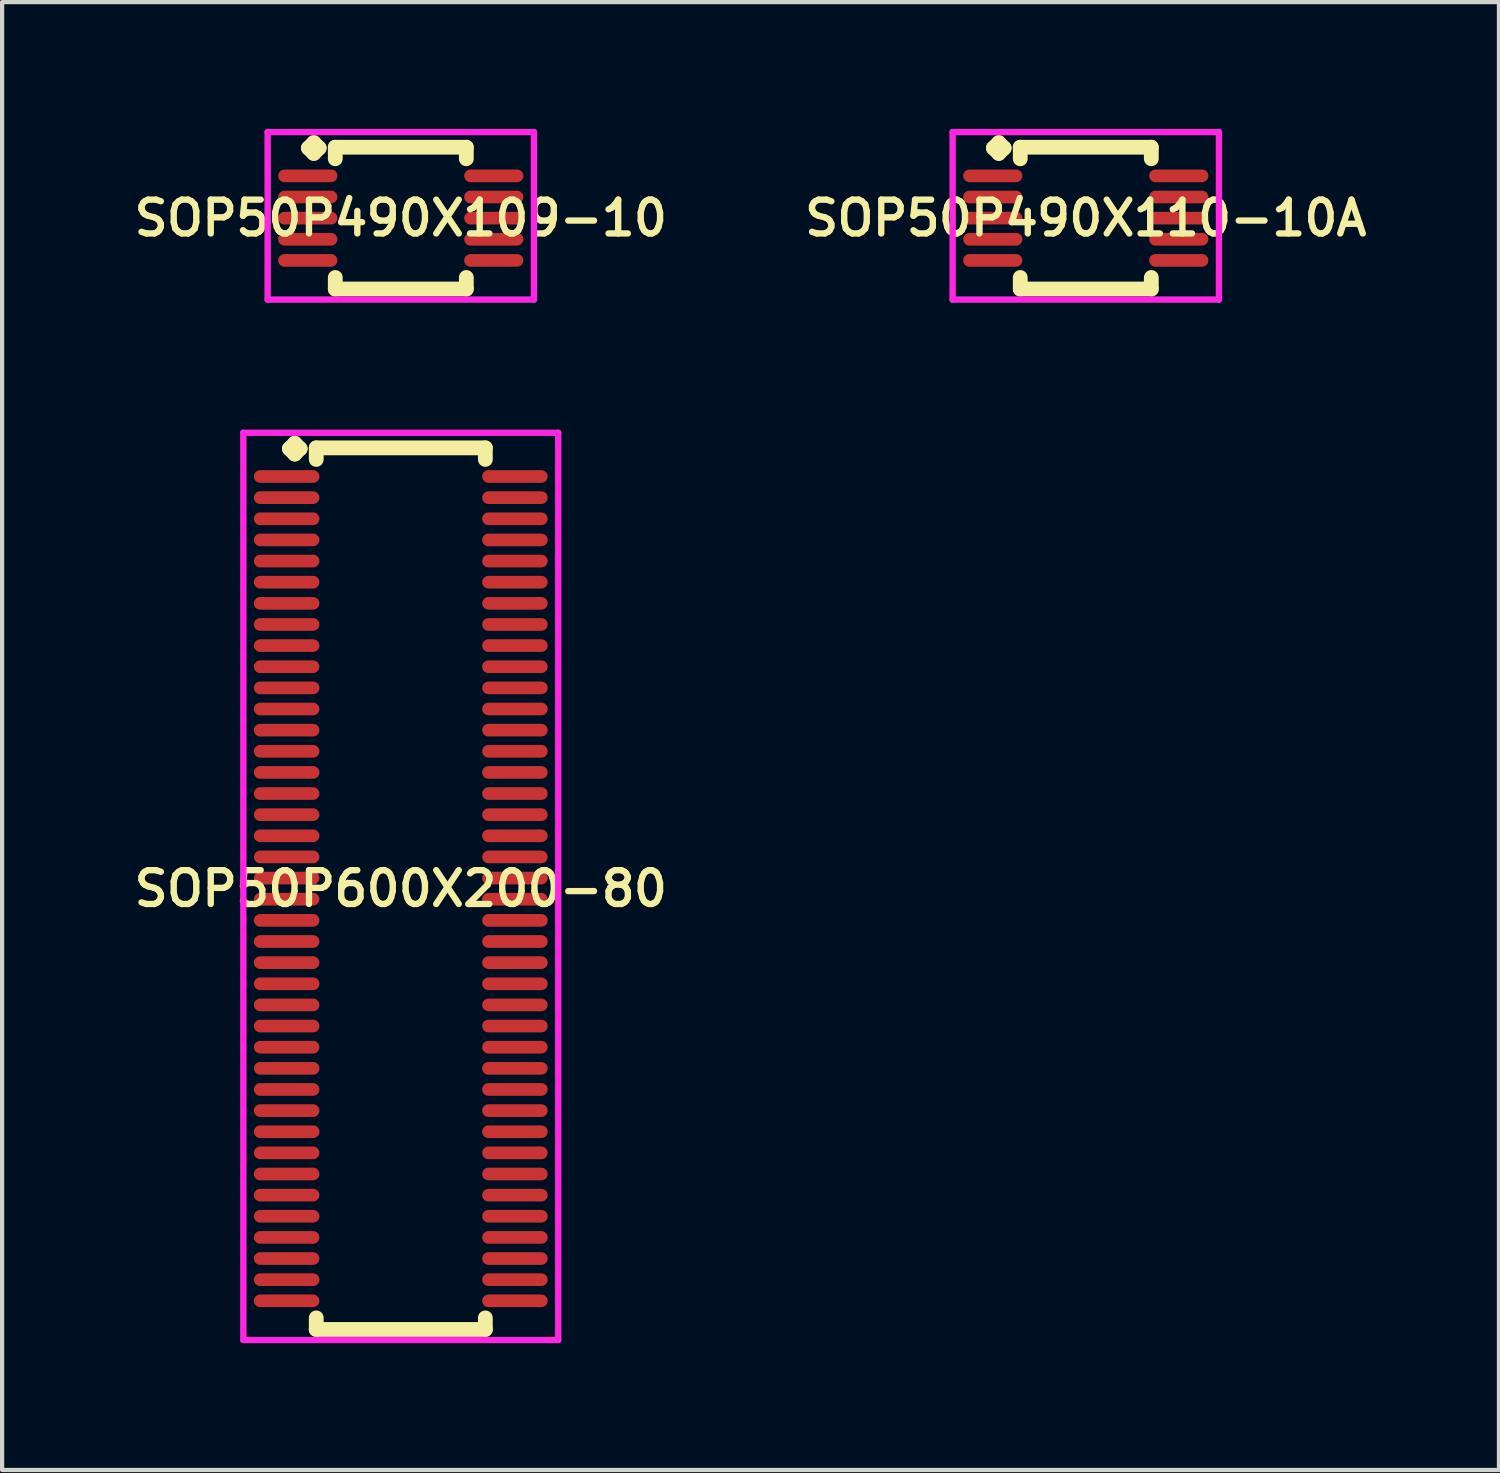
<source format=kicad_pcb>
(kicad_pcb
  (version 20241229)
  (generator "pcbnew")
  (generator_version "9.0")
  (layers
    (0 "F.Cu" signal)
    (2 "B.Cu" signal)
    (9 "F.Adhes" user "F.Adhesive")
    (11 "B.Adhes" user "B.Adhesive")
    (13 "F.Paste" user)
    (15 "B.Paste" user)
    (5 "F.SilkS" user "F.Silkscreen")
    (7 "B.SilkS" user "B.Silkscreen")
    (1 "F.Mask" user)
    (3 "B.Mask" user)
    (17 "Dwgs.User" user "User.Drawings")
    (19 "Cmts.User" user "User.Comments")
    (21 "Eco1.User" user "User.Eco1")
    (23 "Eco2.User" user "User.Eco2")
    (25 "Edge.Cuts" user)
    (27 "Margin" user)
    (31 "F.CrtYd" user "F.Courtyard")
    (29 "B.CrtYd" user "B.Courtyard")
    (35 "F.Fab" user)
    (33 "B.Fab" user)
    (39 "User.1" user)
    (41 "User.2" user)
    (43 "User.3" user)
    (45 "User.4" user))
  (footprint "SOP50P490X110-10A"
    (layer "F.Cu")
    (at 22.635 2.11)
    (property "Reference" "SOP50P490X110-10A" (at 0 0 0) (layer "F.SilkS") (effects (font (size 0.8 0.8) (thickness 0.15))))
    (attr smd)
    (fp_line (start -2.185 -1.658) (end -2.058 -1.785) (stroke (width 0.35) (type solid)) (layer "F.SilkS"))
    (fp_line (start -2.058 -1.785) (end -1.931 -1.658) (stroke (width 0.35) (type solid)) (layer "F.SilkS"))
    (fp_line (start -2.058 -1.531) (end -2.185 -1.658) (stroke (width 0.35) (type solid)) (layer "F.SilkS"))
    (fp_line (start -1.931 -1.658) (end -2.058 -1.531) (stroke (width 0.35) (type solid)) (layer "F.SilkS"))
    (fp_line (start -1.55 -1.677) (end 1.55 -1.677) (stroke (width 0.35) (type solid)) (layer "F.SilkS"))
    (fp_line (start -1.55 -1.404) (end -1.55 -1.677) (stroke (width 0.35) (type solid)) (layer "F.SilkS"))
    (fp_line (start -1.55 1.404) (end -1.55 1.677) (stroke (width 0.35) (type solid)) (layer "F.SilkS"))
    (fp_line (start -1.55 1.677) (end 1.55 1.677) (stroke (width 0.35) (type solid)) (layer "F.SilkS"))
    (fp_line (start 1.55 -1.677) (end 1.55 -1.404) (stroke (width 0.35) (type solid)) (layer "F.SilkS"))
    (fp_line (start 1.55 1.677) (end 1.55 1.404) (stroke (width 0.35) (type solid)) (layer "F.SilkS"))
    (fp_line (start -3.15 -2.035) (end 3.15 -2.035) (stroke (width 0.15) (type solid)) (layer "F.CrtYd"))
    (fp_line (start -3.15 1.927) (end -3.15 -2.035) (stroke (width 0.15) (type solid)) (layer "F.CrtYd"))
    (fp_line (start 3.15 -2.035) (end 3.15 1.927) (stroke (width 0.15) (type solid)) (layer "F.CrtYd"))
    (fp_line (start 3.15 1.927) (end -3.15 1.927) (stroke (width 0.15) (type solid)) (layer "F.CrtYd"))
    (pad "1" smd oval (at -2.2 -1) (size 1.4 0.3) (layers "F.Cu" "F.Mask" "F.Paste"))
    (pad "2" smd oval (at -2.2 -0.5) (size 1.4 0.3) (layers "F.Cu" "F.Mask" "F.Paste"))
    (pad "3" smd oval (at -2.2 0) (size 1.4 0.3) (layers "F.Cu" "F.Mask" "F.Paste"))
    (pad "4" smd oval (at -2.2 0.5) (size 1.4 0.3) (layers "F.Cu" "F.Mask" "F.Paste"))
    (pad "5" smd oval (at -2.2 1) (size 1.4 0.3) (layers "F.Cu" "F.Mask" "F.Paste"))
    (pad "6" smd oval (at 2.2 1) (size 1.4 0.3) (layers "F.Cu" "F.Mask" "F.Paste"))
    (pad "7" smd oval (at 2.2 0.5) (size 1.4 0.3) (layers "F.Cu" "F.Mask" "F.Paste"))
    (pad "8" smd oval (at 2.2 0) (size 1.4 0.3) (layers "F.Cu" "F.Mask" "F.Paste"))
    (pad "9" smd oval (at 2.2 -0.5) (size 1.4 0.3) (layers "F.Cu" "F.Mask" "F.Paste"))
    (pad "10" smd oval (at 2.2 -1) (size 1.4 0.3) (layers "F.Cu" "F.Mask" "F.Paste")))
  (footprint "SOP50P600X200-80"
    (layer "F.Cu")
    (at 6.431 17.972)
    (property "Reference" "SOP50P600X200-80" (at 0 0 0) (layer "F.SilkS") (effects (font (size 0.8 0.8) (thickness 0.15))))
    (attr smd)
    (fp_line (start -2.635 -10.408) (end -2.508 -10.535) (stroke (width 0.35) (type solid)) (layer "F.SilkS"))
    (fp_line (start -2.508 -10.535) (end -2.381 -10.408) (stroke (width 0.35) (type solid)) (layer "F.SilkS"))
    (fp_line (start -2.508 -10.281) (end -2.635 -10.408) (stroke (width 0.35) (type solid)) (layer "F.SilkS"))
    (fp_line (start -2.381 -10.408) (end -2.508 -10.281) (stroke (width 0.35) (type solid)) (layer "F.SilkS"))
    (fp_line (start -2 -10.427) (end 2 -10.427) (stroke (width 0.35) (type solid)) (layer "F.SilkS"))
    (fp_line (start -2 -10.154) (end -2 -10.427) (stroke (width 0.35) (type solid)) (layer "F.SilkS"))
    (fp_line (start -2 10.154) (end -2 10.427) (stroke (width 0.35) (type solid)) (layer "F.SilkS"))
    (fp_line (start -2 10.427) (end 2 10.427) (stroke (width 0.35) (type solid)) (layer "F.SilkS"))
    (fp_line (start 2 -10.427) (end 2 -10.154) (stroke (width 0.35) (type solid)) (layer "F.SilkS"))
    (fp_line (start 2 10.427) (end 2 10.154) (stroke (width 0.35) (type solid)) (layer "F.SilkS"))
    (fp_line (start -3.725 -10.785) (end 3.725 -10.785) (stroke (width 0.15) (type solid)) (layer "F.CrtYd"))
    (fp_line (start -3.725 10.677) (end -3.725 -10.785) (stroke (width 0.15) (type solid)) (layer "F.CrtYd"))
    (fp_line (start 3.725 -10.785) (end 3.725 10.677) (stroke (width 0.15) (type solid)) (layer "F.CrtYd"))
    (fp_line (start 3.725 10.677) (end -3.725 10.677) (stroke (width 0.15) (type solid)) (layer "F.CrtYd"))
    (pad "1" smd oval (at -2.7 -9.75) (size 1.55 0.3) (layers "F.Cu" "F.Mask" "F.Paste"))
    (pad "2" smd oval (at -2.7 -9.25) (size 1.55 0.3) (layers "F.Cu" "F.Mask" "F.Paste"))
    (pad "3" smd oval (at -2.7 -8.75) (size 1.55 0.3) (layers "F.Cu" "F.Mask" "F.Paste"))
    (pad "4" smd oval (at -2.7 -8.25) (size 1.55 0.3) (layers "F.Cu" "F.Mask" "F.Paste"))
    (pad "5" smd oval (at -2.7 -7.75) (size 1.55 0.3) (layers "F.Cu" "F.Mask" "F.Paste"))
    (pad "6" smd oval (at -2.7 -7.25) (size 1.55 0.3) (layers "F.Cu" "F.Mask" "F.Paste"))
    (pad "7" smd oval (at -2.7 -6.75) (size 1.55 0.3) (layers "F.Cu" "F.Mask" "F.Paste"))
    (pad "8" smd oval (at -2.7 -6.25) (size 1.55 0.3) (layers "F.Cu" "F.Mask" "F.Paste"))
    (pad "9" smd oval (at -2.7 -5.75) (size 1.55 0.3) (layers "F.Cu" "F.Mask" "F.Paste"))
    (pad "10" smd oval (at -2.7 -5.25) (size 1.55 0.3) (layers "F.Cu" "F.Mask" "F.Paste"))
    (pad "11" smd oval (at -2.7 -4.75) (size 1.55 0.3) (layers "F.Cu" "F.Mask" "F.Paste"))
    (pad "12" smd oval (at -2.7 -4.25) (size 1.55 0.3) (layers "F.Cu" "F.Mask" "F.Paste"))
    (pad "13" smd oval (at -2.7 -3.75) (size 1.55 0.3) (layers "F.Cu" "F.Mask" "F.Paste"))
    (pad "14" smd oval (at -2.7 -3.25) (size 1.55 0.3) (layers "F.Cu" "F.Mask" "F.Paste"))
    (pad "15" smd oval (at -2.7 -2.75) (size 1.55 0.3) (layers "F.Cu" "F.Mask" "F.Paste"))
    (pad "16" smd oval (at -2.7 -2.25) (size 1.55 0.3) (layers "F.Cu" "F.Mask" "F.Paste"))
    (pad "17" smd oval (at -2.7 -1.75) (size 1.55 0.3) (layers "F.Cu" "F.Mask" "F.Paste"))
    (pad "18" smd oval (at -2.7 -1.25) (size 1.55 0.3) (layers "F.Cu" "F.Mask" "F.Paste"))
    (pad "19" smd oval (at -2.7 -0.75) (size 1.55 0.3) (layers "F.Cu" "F.Mask" "F.Paste"))
    (pad "20" smd oval (at -2.7 -0.25) (size 1.55 0.3) (layers "F.Cu" "F.Mask" "F.Paste"))
    (pad "21" smd oval (at -2.7 0.25) (size 1.55 0.3) (layers "F.Cu" "F.Mask" "F.Paste"))
    (pad "22" smd oval (at -2.7 0.75) (size 1.55 0.3) (layers "F.Cu" "F.Mask" "F.Paste"))
    (pad "23" smd oval (at -2.7 1.25) (size 1.55 0.3) (layers "F.Cu" "F.Mask" "F.Paste"))
    (pad "24" smd oval (at -2.7 1.75) (size 1.55 0.3) (layers "F.Cu" "F.Mask" "F.Paste"))
    (pad "25" smd oval (at -2.7 2.25) (size 1.55 0.3) (layers "F.Cu" "F.Mask" "F.Paste"))
    (pad "26" smd oval (at -2.7 2.75) (size 1.55 0.3) (layers "F.Cu" "F.Mask" "F.Paste"))
    (pad "27" smd oval (at -2.7 3.25) (size 1.55 0.3) (layers "F.Cu" "F.Mask" "F.Paste"))
    (pad "28" smd oval (at -2.7 3.75) (size 1.55 0.3) (layers "F.Cu" "F.Mask" "F.Paste"))
    (pad "29" smd oval (at -2.7 4.25) (size 1.55 0.3) (layers "F.Cu" "F.Mask" "F.Paste"))
    (pad "30" smd oval (at -2.7 4.75) (size 1.55 0.3) (layers "F.Cu" "F.Mask" "F.Paste"))
    (pad "31" smd oval (at -2.7 5.25) (size 1.55 0.3) (layers "F.Cu" "F.Mask" "F.Paste"))
    (pad "32" smd oval (at -2.7 5.75) (size 1.55 0.3) (layers "F.Cu" "F.Mask" "F.Paste"))
    (pad "33" smd oval (at -2.7 6.25) (size 1.55 0.3) (layers "F.Cu" "F.Mask" "F.Paste"))
    (pad "34" smd oval (at -2.7 6.75) (size 1.55 0.3) (layers "F.Cu" "F.Mask" "F.Paste"))
    (pad "35" smd oval (at -2.7 7.25) (size 1.55 0.3) (layers "F.Cu" "F.Mask" "F.Paste"))
    (pad "36" smd oval (at -2.7 7.75) (size 1.55 0.3) (layers "F.Cu" "F.Mask" "F.Paste"))
    (pad "37" smd oval (at -2.7 8.25) (size 1.55 0.3) (layers "F.Cu" "F.Mask" "F.Paste"))
    (pad "38" smd oval (at -2.7 8.75) (size 1.55 0.3) (layers "F.Cu" "F.Mask" "F.Paste"))
    (pad "39" smd oval (at -2.7 9.25) (size 1.55 0.3) (layers "F.Cu" "F.Mask" "F.Paste"))
    (pad "40" smd oval (at -2.7 9.75) (size 1.55 0.3) (layers "F.Cu" "F.Mask" "F.Paste"))
    (pad "41" smd oval (at 2.7 9.75) (size 1.55 0.3) (layers "F.Cu" "F.Mask" "F.Paste"))
    (pad "42" smd oval (at 2.7 9.25) (size 1.55 0.3) (layers "F.Cu" "F.Mask" "F.Paste"))
    (pad "43" smd oval (at 2.7 8.75) (size 1.55 0.3) (layers "F.Cu" "F.Mask" "F.Paste"))
    (pad "44" smd oval (at 2.7 8.25) (size 1.55 0.3) (layers "F.Cu" "F.Mask" "F.Paste"))
    (pad "45" smd oval (at 2.7 7.75) (size 1.55 0.3) (layers "F.Cu" "F.Mask" "F.Paste"))
    (pad "46" smd oval (at 2.7 7.25) (size 1.55 0.3) (layers "F.Cu" "F.Mask" "F.Paste"))
    (pad "47" smd oval (at 2.7 6.75) (size 1.55 0.3) (layers "F.Cu" "F.Mask" "F.Paste"))
    (pad "48" smd oval (at 2.7 6.25) (size 1.55 0.3) (layers "F.Cu" "F.Mask" "F.Paste"))
    (pad "49" smd oval (at 2.7 5.75) (size 1.55 0.3) (layers "F.Cu" "F.Mask" "F.Paste"))
    (pad "50" smd oval (at 2.7 5.25) (size 1.55 0.3) (layers "F.Cu" "F.Mask" "F.Paste"))
    (pad "51" smd oval (at 2.7 4.75) (size 1.55 0.3) (layers "F.Cu" "F.Mask" "F.Paste"))
    (pad "52" smd oval (at 2.7 4.25) (size 1.55 0.3) (layers "F.Cu" "F.Mask" "F.Paste"))
    (pad "53" smd oval (at 2.7 3.75) (size 1.55 0.3) (layers "F.Cu" "F.Mask" "F.Paste"))
    (pad "54" smd oval (at 2.7 3.25) (size 1.55 0.3) (layers "F.Cu" "F.Mask" "F.Paste"))
    (pad "55" smd oval (at 2.7 2.75) (size 1.55 0.3) (layers "F.Cu" "F.Mask" "F.Paste"))
    (pad "56" smd oval (at 2.7 2.25) (size 1.55 0.3) (layers "F.Cu" "F.Mask" "F.Paste"))
    (pad "57" smd oval (at 2.7 1.75) (size 1.55 0.3) (layers "F.Cu" "F.Mask" "F.Paste"))
    (pad "58" smd oval (at 2.7 1.25) (size 1.55 0.3) (layers "F.Cu" "F.Mask" "F.Paste"))
    (pad "59" smd oval (at 2.7 0.75) (size 1.55 0.3) (layers "F.Cu" "F.Mask" "F.Paste"))
    (pad "60" smd oval (at 2.7 0.25) (size 1.55 0.3) (layers "F.Cu" "F.Mask" "F.Paste"))
    (pad "61" smd oval (at 2.7 -0.25) (size 1.55 0.3) (layers "F.Cu" "F.Mask" "F.Paste"))
    (pad "62" smd oval (at 2.7 -0.75) (size 1.55 0.3) (layers "F.Cu" "F.Mask" "F.Paste"))
    (pad "63" smd oval (at 2.7 -1.25) (size 1.55 0.3) (layers "F.Cu" "F.Mask" "F.Paste"))
    (pad "64" smd oval (at 2.7 -1.75) (size 1.55 0.3) (layers "F.Cu" "F.Mask" "F.Paste"))
    (pad "65" smd oval (at 2.7 -2.25) (size 1.55 0.3) (layers "F.Cu" "F.Mask" "F.Paste"))
    (pad "66" smd oval (at 2.7 -2.75) (size 1.55 0.3) (layers "F.Cu" "F.Mask" "F.Paste"))
    (pad "67" smd oval (at 2.7 -3.25) (size 1.55 0.3) (layers "F.Cu" "F.Mask" "F.Paste"))
    (pad "68" smd oval (at 2.7 -3.75) (size 1.55 0.3) (layers "F.Cu" "F.Mask" "F.Paste"))
    (pad "69" smd oval (at 2.7 -4.25) (size 1.55 0.3) (layers "F.Cu" "F.Mask" "F.Paste"))
    (pad "70" smd oval (at 2.7 -4.75) (size 1.55 0.3) (layers "F.Cu" "F.Mask" "F.Paste"))
    (pad "71" smd oval (at 2.7 -5.25) (size 1.55 0.3) (layers "F.Cu" "F.Mask" "F.Paste"))
    (pad "72" smd oval (at 2.7 -5.75) (size 1.55 0.3) (layers "F.Cu" "F.Mask" "F.Paste"))
    (pad "73" smd oval (at 2.7 -6.25) (size 1.55 0.3) (layers "F.Cu" "F.Mask" "F.Paste"))
    (pad "74" smd oval (at 2.7 -6.75) (size 1.55 0.3) (layers "F.Cu" "F.Mask" "F.Paste"))
    (pad "75" smd oval (at 2.7 -7.25) (size 1.55 0.3) (layers "F.Cu" "F.Mask" "F.Paste"))
    (pad "76" smd oval (at 2.7 -7.75) (size 1.55 0.3) (layers "F.Cu" "F.Mask" "F.Paste"))
    (pad "77" smd oval (at 2.7 -8.25) (size 1.55 0.3) (layers "F.Cu" "F.Mask" "F.Paste"))
    (pad "78" smd oval (at 2.7 -8.75) (size 1.55 0.3) (layers "F.Cu" "F.Mask" "F.Paste"))
    (pad "79" smd oval (at 2.7 -9.25) (size 1.55 0.3) (layers "F.Cu" "F.Mask" "F.Paste"))
    (pad "80" smd oval (at 2.7 -9.75) (size 1.55 0.3) (layers "F.Cu" "F.Mask" "F.Paste")))
  (footprint "SOP50P490X109-10"
    (layer "F.Cu")
    (at 6.431 2.11)
    (property "Reference" "SOP50P490X109-10" (at 0 0 0) (layer "F.SilkS") (effects (font (size 0.8 0.8) (thickness 0.15))))
    (attr smd)
    (fp_line (start -2.185 -1.658) (end -2.058 -1.785) (stroke (width 0.35) (type solid)) (layer "F.SilkS"))
    (fp_line (start -2.058 -1.785) (end -1.931 -1.658) (stroke (width 0.35) (type solid)) (layer "F.SilkS"))
    (fp_line (start -2.058 -1.531) (end -2.185 -1.658) (stroke (width 0.35) (type solid)) (layer "F.SilkS"))
    (fp_line (start -1.931 -1.658) (end -2.058 -1.531) (stroke (width 0.35) (type solid)) (layer "F.SilkS"))
    (fp_line (start -1.55 -1.677) (end 1.55 -1.677) (stroke (width 0.35) (type solid)) (layer "F.SilkS"))
    (fp_line (start -1.55 -1.404) (end -1.55 -1.677) (stroke (width 0.35) (type solid)) (layer "F.SilkS"))
    (fp_line (start -1.55 1.404) (end -1.55 1.677) (stroke (width 0.35) (type solid)) (layer "F.SilkS"))
    (fp_line (start -1.55 1.677) (end 1.55 1.677) (stroke (width 0.35) (type solid)) (layer "F.SilkS"))
    (fp_line (start 1.55 -1.677) (end 1.55 -1.404) (stroke (width 0.35) (type solid)) (layer "F.SilkS"))
    (fp_line (start 1.55 1.677) (end 1.55 1.404) (stroke (width 0.35) (type solid)) (layer "F.SilkS"))
    (fp_line (start -3.15 -2.035) (end 3.15 -2.035) (stroke (width 0.15) (type solid)) (layer "F.CrtYd"))
    (fp_line (start -3.15 1.927) (end -3.15 -2.035) (stroke (width 0.15) (type solid)) (layer "F.CrtYd"))
    (fp_line (start 3.15 -2.035) (end 3.15 1.927) (stroke (width 0.15) (type solid)) (layer "F.CrtYd"))
    (fp_line (start 3.15 1.927) (end -3.15 1.927) (stroke (width 0.15) (type solid)) (layer "F.CrtYd"))
    (pad "1" smd oval (at -2.2 -1) (size 1.4 0.3) (layers "F.Cu" "F.Mask" "F.Paste"))
    (pad "2" smd oval (at -2.2 -0.5) (size 1.4 0.3) (layers "F.Cu" "F.Mask" "F.Paste"))
    (pad "3" smd oval (at -2.2 0) (size 1.4 0.3) (layers "F.Cu" "F.Mask" "F.Paste"))
    (pad "4" smd oval (at -2.2 0.5) (size 1.4 0.3) (layers "F.Cu" "F.Mask" "F.Paste"))
    (pad "5" smd oval (at -2.2 1) (size 1.4 0.3) (layers "F.Cu" "F.Mask" "F.Paste"))
    (pad "6" smd oval (at 2.2 1) (size 1.4 0.3) (layers "F.Cu" "F.Mask" "F.Paste"))
    (pad "7" smd oval (at 2.2 0.5) (size 1.4 0.3) (layers "F.Cu" "F.Mask" "F.Paste"))
    (pad "8" smd oval (at 2.2 0) (size 1.4 0.3) (layers "F.Cu" "F.Mask" "F.Paste"))
    (pad "9" smd oval (at 2.2 -0.5) (size 1.4 0.3) (layers "F.Cu" "F.Mask" "F.Paste"))
    (pad "10" smd oval (at 2.2 -1) (size 1.4 0.3) (layers "F.Cu" "F.Mask" "F.Paste")))
  (gr_rect
    (start -3 -3)
    (end 32.409 31.724)
    (stroke (width 0.1) (type default))
    (fill no)
    (layer "Edge.Cuts")))
</source>
